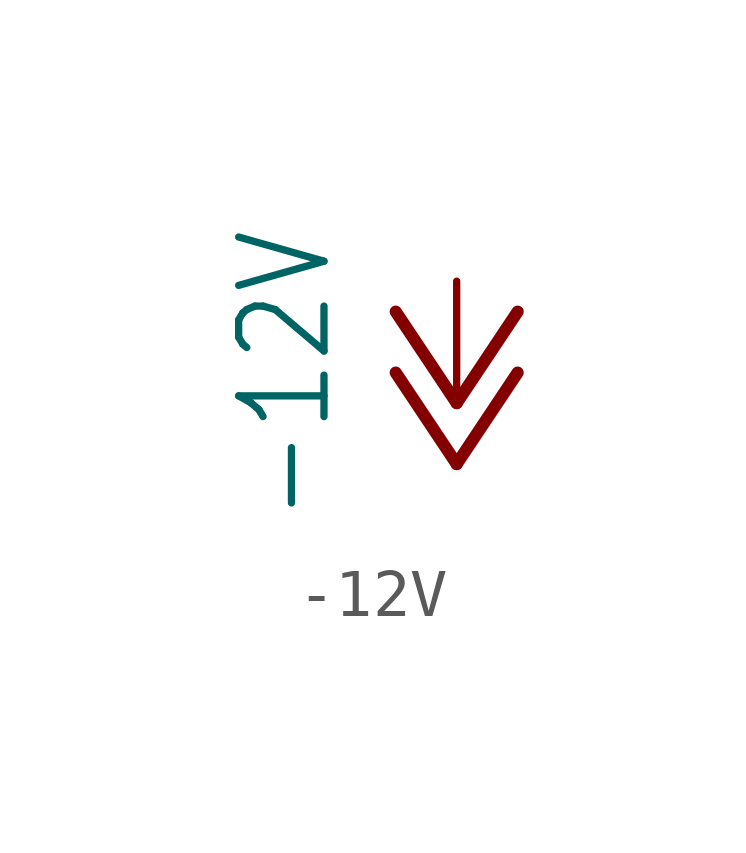
<source format=kicad_sym>
(kicad_symbol_lib
  (version 20211014)
  (generator kicad_symbol_editor)
  (symbol "-12V"
    (power)
    (property "Reference" "#P-"
      (at 0 0 0)
      (effects (font (size 1.27 1.27)) hide))
    (property "Value" "-12V"
      (at -2.54 -2.54 90)
      (effects (font (size 1.778 1.511)) (justify left bottom)))
    (property "ki_locked" ""
      (at 0 0 0)
      (effects (font (size 1.27 1.27))))
    (symbol "-12V_1_0"
      (polyline (pts (xy -1.27 0.635) (xy 0 -1.27)) (stroke (width 0.254) (type default) (color 0 0 0 0)) (fill (type none)))
      (polyline (pts (xy -1.27 1.905) (xy 0 0)) (stroke (width 0.254) (type default) (color 0 0 0 0)) (fill (type none)))
      (polyline (pts (xy 0 -1.27) (xy 1.27 0.635)) (stroke (width 0.254) (type default) (color 0 0 0 0)) (fill (type none)))
      (polyline (pts (xy 0 0) (xy 1.27 1.905)) (stroke (width 0.254) (type default) (color 0 0 0 0)) (fill (type none)))
      (pin power_in line (at 0 2.54 270) (length 2.54) (name "-12V" (effects (font (size 0 0)))) (number "1" (effects (font (size 0 0))))))))
</source>
